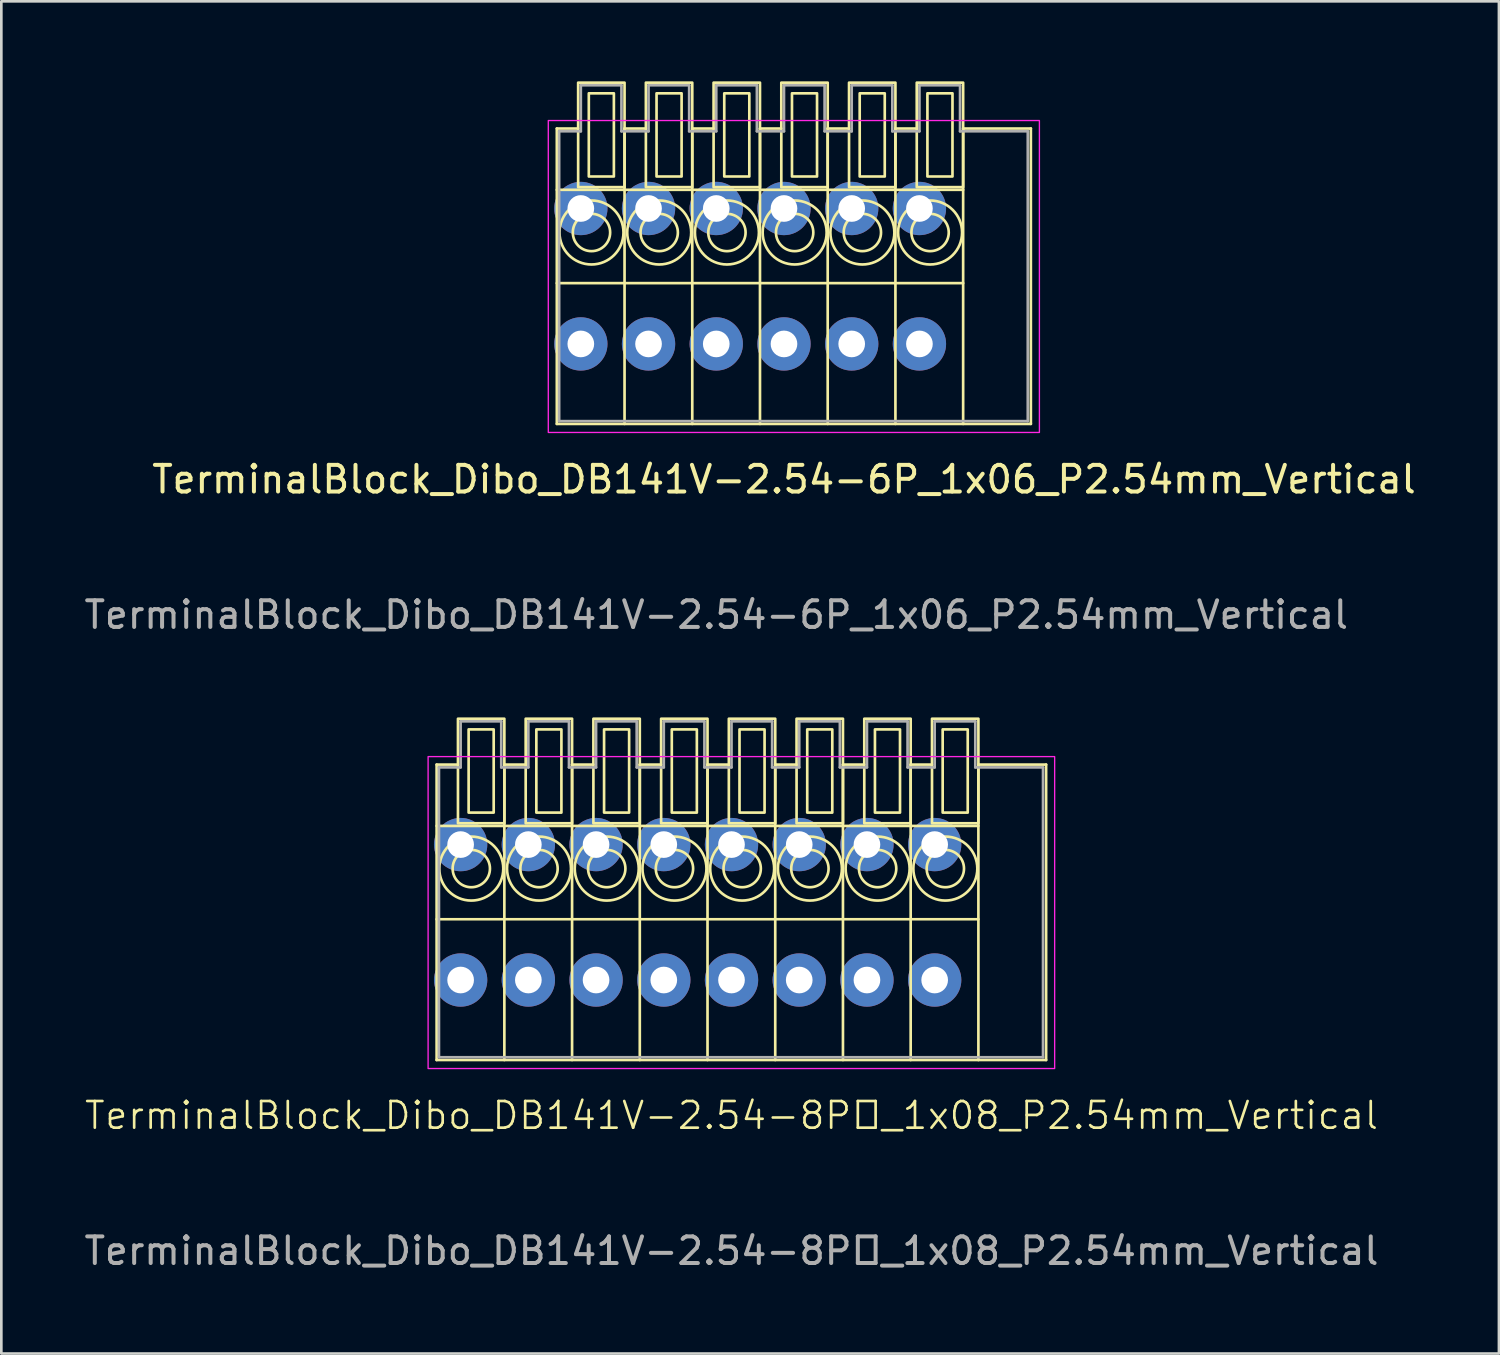
<source format=kicad_pcb>
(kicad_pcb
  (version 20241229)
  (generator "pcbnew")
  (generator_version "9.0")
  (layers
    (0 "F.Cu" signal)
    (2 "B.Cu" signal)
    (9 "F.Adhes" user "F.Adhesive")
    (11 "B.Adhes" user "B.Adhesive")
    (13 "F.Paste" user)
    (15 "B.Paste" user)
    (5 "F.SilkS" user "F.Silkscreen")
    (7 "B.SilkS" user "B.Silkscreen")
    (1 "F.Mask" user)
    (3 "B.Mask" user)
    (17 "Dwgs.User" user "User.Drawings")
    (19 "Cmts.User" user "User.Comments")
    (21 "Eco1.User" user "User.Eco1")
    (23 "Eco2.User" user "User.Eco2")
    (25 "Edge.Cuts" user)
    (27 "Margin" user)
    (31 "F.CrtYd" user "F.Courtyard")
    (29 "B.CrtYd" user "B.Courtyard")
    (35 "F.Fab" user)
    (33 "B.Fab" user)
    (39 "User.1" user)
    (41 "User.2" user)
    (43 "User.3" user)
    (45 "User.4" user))
  (footprint "TerminalBlock_Dibo_DB141V-2.54-8P_1x08_P2.54mm_Vertical"
    (layer "F.Cu")
    (at 14.227 33.708)
    (property "Reference" "TerminalBlock_Dibo_DB141V-2.54-8P_1x08_P2.54mm_Vertical" (at 10.16 5.08 0) (unlocked yes) (layer "F.SilkS") (effects (font (size 1 1) (thickness 0.1))))
    (attr through_hole)
    (fp_line (start -0.9 3) (end -0.9 -8.08) (stroke (width 0.1) (type default)) (layer "F.SilkS"))
    (fp_line (start -0.1 -8.08) (end -0.9 -8.08) (stroke (width 0.1) (type default)) (layer "F.SilkS"))
    (fp_line (start 1.64 3) (end 1.64 -8.08) (stroke (width 0.1) (type default)) (layer "F.SilkS"))
    (fp_line (start 2.44 -8.08) (end 1.64 -8.08) (stroke (width 0.1) (type default)) (layer "F.SilkS"))
    (fp_line (start 4.18 3) (end 4.18 -8.08) (stroke (width 0.1) (type default)) (layer "F.SilkS"))
    (fp_line (start 4.98 -8.08) (end 4.18 -8.08) (stroke (width 0.1) (type default)) (layer "F.SilkS"))
    (fp_line (start 6.72 3) (end 6.72 -8.08) (stroke (width 0.1) (type default)) (layer "F.SilkS"))
    (fp_line (start 7.52 -8.08) (end 6.72 -8.08) (stroke (width 0.1) (type default)) (layer "F.SilkS"))
    (fp_line (start 9.26 3) (end 9.26 -8.08) (stroke (width 0.1) (type default)) (layer "F.SilkS"))
    (fp_line (start 10.06 -8.08) (end 9.26 -8.08) (stroke (width 0.1) (type default)) (layer "F.SilkS"))
    (fp_line (start 11.8 3) (end 11.8 -8.08) (stroke (width 0.1) (type default)) (layer "F.SilkS"))
    (fp_line (start 12.6 -8.08) (end 11.8 -8.08) (stroke (width 0.1) (type default)) (layer "F.SilkS"))
    (fp_line (start 14.34 3) (end 14.34 -8.08) (stroke (width 0.1) (type default)) (layer "F.SilkS"))
    (fp_line (start 15.14 -8.08) (end 14.34 -8.08) (stroke (width 0.1) (type default)) (layer "F.SilkS"))
    (fp_line (start 16.88 3) (end 16.88 -8.08) (stroke (width 0.1) (type default)) (layer "F.SilkS"))
    (fp_line (start 17.68 -8.08) (end 16.88 -8.08) (stroke (width 0.1) (type default)) (layer "F.SilkS"))
    (fp_line (start 19.42 -5.78) (end -0.9 -5.78) (stroke (width 0.1) (type default)) (layer "F.SilkS"))
    (fp_line (start 19.42 -2.28) (end -0.9 -2.28) (stroke (width 0.1) (type default)) (layer "F.SilkS"))
    (fp_line (start 19.42 3) (end 19.42 -8.08) (stroke (width 0.1) (type default)) (layer "F.SilkS"))
    (fp_line (start 21.96 -8.08) (end 19.42 -8.08) (stroke (width 0.1) (type default)) (layer "F.SilkS"))
    (fp_line (start 21.96 -8.08) (end 21.96 3) (stroke (width 0.1) (type default)) (layer "F.SilkS"))
    (fp_line (start 21.96 3) (end -0.9 3) (stroke (width 0.1) (type default)) (layer "F.SilkS"))
    (fp_rect (start 1.24 -6.28) (end 0.3 -9.4) (stroke (width 0.1) (type default)) (fill no) (layer "F.SilkS"))
    (fp_rect (start 1.64 -5.88) (end -0.1 -9.8) (stroke (width 0.1) (type default)) (fill no) (layer "F.SilkS"))
    (fp_rect (start 3.78 -6.28) (end 2.84 -9.4) (stroke (width 0.1) (type default)) (fill no) (layer "F.SilkS"))
    (fp_rect (start 4.18 -5.88) (end 2.44 -9.8) (stroke (width 0.1) (type default)) (fill no) (layer "F.SilkS"))
    (fp_rect (start 6.32 -6.28) (end 5.38 -9.4) (stroke (width 0.1) (type default)) (fill no) (layer "F.SilkS"))
    (fp_rect (start 6.72 -5.88) (end 4.98 -9.8) (stroke (width 0.1) (type default)) (fill no) (layer "F.SilkS"))
    (fp_rect (start 8.86 -6.28) (end 7.92 -9.4) (stroke (width 0.1) (type default)) (fill no) (layer "F.SilkS"))
    (fp_rect (start 9.26 -5.88) (end 7.52 -9.8) (stroke (width 0.1) (type default)) (fill no) (layer "F.SilkS"))
    (fp_rect (start 11.4 -6.28) (end 10.46 -9.4) (stroke (width 0.1) (type default)) (fill no) (layer "F.SilkS"))
    (fp_rect (start 11.8 -5.88) (end 10.06 -9.8) (stroke (width 0.1) (type default)) (fill no) (layer "F.SilkS"))
    (fp_rect (start 13.94 -6.28) (end 13 -9.4) (stroke (width 0.1) (type default)) (fill no) (layer "F.SilkS"))
    (fp_rect (start 14.34 -5.88) (end 12.6 -9.8) (stroke (width 0.1) (type default)) (fill no) (layer "F.SilkS"))
    (fp_rect (start 16.48 -6.28) (end 15.54 -9.4) (stroke (width 0.1) (type default)) (fill no) (layer "F.SilkS"))
    (fp_rect (start 16.88 -5.88) (end 15.14 -9.8) (stroke (width 0.1) (type default)) (fill no) (layer "F.SilkS"))
    (fp_rect (start 19.02 -6.28) (end 18.08 -9.4) (stroke (width 0.1) (type default)) (fill no) (layer "F.SilkS"))
    (fp_rect (start 19.42 -5.88) (end 17.68 -9.8) (stroke (width 0.1) (type default)) (fill no) (layer "F.SilkS"))
    (fp_circle (center 0.4 -4.18) (end -0.8 -4.18) (stroke (width 0.1) (type default)) (fill no) (layer "F.SilkS"))
    (fp_circle (center 0.4 -4.18) (end -0.3 -4.18) (stroke (width 0.1) (type default)) (fill no) (layer "F.SilkS"))
    (fp_circle (center 2.94 -4.18) (end 1.74 -4.18) (stroke (width 0.1) (type default)) (fill no) (layer "F.SilkS"))
    (fp_circle (center 2.94 -4.18) (end 2.24 -4.18) (stroke (width 0.1) (type default)) (fill no) (layer "F.SilkS"))
    (fp_circle (center 5.48 -4.18) (end 4.28 -4.18) (stroke (width 0.1) (type default)) (fill no) (layer "F.SilkS"))
    (fp_circle (center 5.48 -4.18) (end 4.78 -4.18) (stroke (width 0.1) (type default)) (fill no) (layer "F.SilkS"))
    (fp_circle (center 8.02 -4.18) (end 6.82 -4.18) (stroke (width 0.1) (type default)) (fill no) (layer "F.SilkS"))
    (fp_circle (center 8.02 -4.18) (end 7.32 -4.18) (stroke (width 0.1) (type default)) (fill no) (layer "F.SilkS"))
    (fp_circle (center 10.56 -4.18) (end 9.36 -4.18) (stroke (width 0.1) (type default)) (fill no) (layer "F.SilkS"))
    (fp_circle (center 10.56 -4.18) (end 9.86 -4.18) (stroke (width 0.1) (type default)) (fill no) (layer "F.SilkS"))
    (fp_circle (center 13.1 -4.18) (end 11.9 -4.18) (stroke (width 0.1) (type default)) (fill no) (layer "F.SilkS"))
    (fp_circle (center 13.1 -4.18) (end 12.4 -4.18) (stroke (width 0.1) (type default)) (fill no) (layer "F.SilkS"))
    (fp_circle (center 15.64 -4.18) (end 14.44 -4.18) (stroke (width 0.1) (type default)) (fill no) (layer "F.SilkS"))
    (fp_circle (center 15.64 -4.18) (end 14.94 -4.18) (stroke (width 0.1) (type default)) (fill no) (layer "F.SilkS"))
    (fp_circle (center 18.18 -4.18) (end 16.98 -4.18) (stroke (width 0.1) (type default)) (fill no) (layer "F.SilkS"))
    (fp_circle (center 18.18 -4.18) (end 17.48 -4.18) (stroke (width 0.1) (type default)) (fill no) (layer "F.SilkS"))
    (fp_rect (start 22.28 3.32) (end -1.22 -8.38) (stroke (width 0.05) (type default)) (fill no) (layer "F.CrtYd"))
    (fp_line (start -0.813 -7.976) (end 0 -7.976) (stroke (width 0.1) (type default)) (layer "F.Fab"))
    (fp_line (start -0.813 2.896) (end -0.813 -7.976) (stroke (width 0.1) (type default)) (layer "F.Fab"))
    (fp_line (start 0 -9.703) (end 1.524 -9.703) (stroke (width 0.1) (type default)) (layer "F.Fab"))
    (fp_line (start 0 -7.976) (end 0 -9.703) (stroke (width 0.1) (type default)) (layer "F.Fab"))
    (fp_line (start 1.524 -9.703) (end 1.524 -7.976) (stroke (width 0.1) (type default)) (layer "F.Fab"))
    (fp_line (start 1.524 -7.976) (end 2.54 -7.976) (stroke (width 0.1) (type default)) (layer "F.Fab"))
    (fp_line (start 2.54 -9.703) (end 4.064 -9.703) (stroke (width 0.1) (type default)) (layer "F.Fab"))
    (fp_line (start 2.54 -7.976) (end 2.54 -9.703) (stroke (width 0.1) (type default)) (layer "F.Fab"))
    (fp_line (start 4.064 -9.703) (end 4.064 -7.976) (stroke (width 0.1) (type default)) (layer "F.Fab"))
    (fp_line (start 4.064 -7.976) (end 5.08 -7.976) (stroke (width 0.1) (type default)) (layer "F.Fab"))
    (fp_line (start 5.08 -9.703) (end 6.604 -9.703) (stroke (width 0.1) (type default)) (layer "F.Fab"))
    (fp_line (start 5.08 -7.976) (end 5.08 -9.703) (stroke (width 0.1) (type default)) (layer "F.Fab"))
    (fp_line (start 6.604 -9.703) (end 6.604 -7.976) (stroke (width 0.1) (type default)) (layer "F.Fab"))
    (fp_line (start 6.604 -7.976) (end 7.62 -7.976) (stroke (width 0.1) (type default)) (layer "F.Fab"))
    (fp_line (start 7.62 -9.703) (end 9.144 -9.703) (stroke (width 0.1) (type default)) (layer "F.Fab"))
    (fp_line (start 7.62 -7.976) (end 7.62 -9.703) (stroke (width 0.1) (type default)) (layer "F.Fab"))
    (fp_line (start 9.144 -9.703) (end 9.144 -7.976) (stroke (width 0.1) (type default)) (layer "F.Fab"))
    (fp_line (start 9.144 -7.976) (end 10.16 -7.976) (stroke (width 0.1) (type default)) (layer "F.Fab"))
    (fp_line (start 10.16 -9.703) (end 11.684 -9.703) (stroke (width 0.1) (type default)) (layer "F.Fab"))
    (fp_line (start 10.16 -7.976) (end 10.16 -9.703) (stroke (width 0.1) (type default)) (layer "F.Fab"))
    (fp_line (start 11.684 -9.703) (end 11.684 -7.976) (stroke (width 0.1) (type default)) (layer "F.Fab"))
    (fp_line (start 11.684 -7.976) (end 12.7 -7.976) (stroke (width 0.1) (type default)) (layer "F.Fab"))
    (fp_line (start 12.7 -9.703) (end 14.224 -9.703) (stroke (width 0.1) (type default)) (layer "F.Fab"))
    (fp_line (start 12.7 -7.976) (end 12.7 -9.703) (stroke (width 0.1) (type default)) (layer "F.Fab"))
    (fp_line (start 14.224 -9.703) (end 14.224 -7.976) (stroke (width 0.1) (type default)) (layer "F.Fab"))
    (fp_line (start 14.224 -7.976) (end 15.24 -7.976) (stroke (width 0.1) (type default)) (layer "F.Fab"))
    (fp_line (start 15.24 -9.703) (end 16.764 -9.703) (stroke (width 0.1) (type default)) (layer "F.Fab"))
    (fp_line (start 15.24 -7.976) (end 15.24 -9.703) (stroke (width 0.1) (type default)) (layer "F.Fab"))
    (fp_line (start 16.764 -9.703) (end 16.764 -7.976) (stroke (width 0.1) (type default)) (layer "F.Fab"))
    (fp_line (start 16.764 -7.976) (end 17.78 -7.976) (stroke (width 0.1) (type default)) (layer "F.Fab"))
    (fp_line (start 17.78 -9.703) (end 19.304 -9.703) (stroke (width 0.1) (type default)) (layer "F.Fab"))
    (fp_line (start 17.78 -7.976) (end 17.78 -9.703) (stroke (width 0.1) (type default)) (layer "F.Fab"))
    (fp_line (start 19.304 -9.703) (end 19.304 -7.976) (stroke (width 0.1) (type default)) (layer "F.Fab"))
    (fp_line (start 19.304 -7.976) (end 21.844 -7.976) (stroke (width 0.1) (type default)) (layer "F.Fab"))
    (fp_line (start 21.844 -7.976) (end 21.844 2.896) (stroke (width 0.1) (type default)) (layer "F.Fab"))
    (fp_line (start 21.844 2.896) (end -0.813 2.896) (stroke (width 0.1) (type default)) (layer "F.Fab"))
    (fp_text user "${REFERENCE}" (at 10.16 10.16 0) (unlocked yes) (layer "F.Fab") (effects (font (size 1 1) (thickness 0.15))))
    (pad "1" thru_hole circle (at 0 -5.08 180) (size 2 2) (drill 1) (layers "*.Cu" "*.Mask"))
    (pad "1" thru_hole circle (at 0 0 180) (size 2 2) (drill 1) (layers "*.Cu" "*.Mask"))
    (pad "2" thru_hole circle (at 2.54 -5.08 180) (size 2 2) (drill 1) (layers "*.Cu" "*.Mask"))
    (pad "2" thru_hole circle (at 2.54 0 180) (size 2 2) (drill 1) (layers "*.Cu" "*.Mask"))
    (pad "3" thru_hole circle (at 5.08 -5.08 180) (size 2 2) (drill 1) (layers "*.Cu" "*.Mask"))
    (pad "3" thru_hole circle (at 5.08 0 180) (size 2 2) (drill 1) (layers "*.Cu" "*.Mask"))
    (pad "4" thru_hole circle (at 7.62 -5.08 180) (size 2 2) (drill 1) (layers "*.Cu" "*.Mask"))
    (pad "4" thru_hole circle (at 7.62 0 180) (size 2 2) (drill 1) (layers "*.Cu" "*.Mask"))
    (pad "5" thru_hole circle (at 10.16 -5.08 180) (size 2 2) (drill 1) (layers "*.Cu" "*.Mask"))
    (pad "5" thru_hole circle (at 10.16 0 180) (size 2 2) (drill 1) (layers "*.Cu" "*.Mask"))
    (pad "6" thru_hole circle (at 12.7 -5.08 180) (size 2 2) (drill 1) (layers "*.Cu" "*.Mask"))
    (pad "6" thru_hole circle (at 12.7 0 180) (size 2 2) (drill 1) (layers "*.Cu" "*.Mask"))
    (pad "7" thru_hole circle (at 15.24 -5.08 180) (size 2 2) (drill 1) (layers "*.Cu" "*.Mask"))
    (pad "7" thru_hole circle (at 15.24 0 180) (size 2 2) (drill 1) (layers "*.Cu" "*.Mask"))
    (pad "8" thru_hole circle (at 17.78 -5.08 180) (size 2 2) (drill 1) (layers "*.Cu" "*.Mask"))
    (pad "8" thru_hole circle (at 17.78 0 180) (size 2 2) (drill 1) (layers "*.Cu" "*.Mask")))
  (footprint "TerminalBlock_Dibo_DB141V-2.54-6P_1x06_P2.54mm_Vertical"
    (layer "F.Cu")
    (at 25.085 7.31)
    (property "Reference" "TerminalBlock_Dibo_DB141V-2.54-6P_1x06_P2.54mm_Vertical" (at 1.27 7.62 0) (unlocked yes) (layer "F.SilkS") (effects (font (size 1 1) (thickness 0.15))))
    (attr through_hole)
    (fp_line (start -7.25 5.54) (end -7.25 -5.54) (stroke (width 0.1) (type default)) (layer "F.SilkS"))
    (fp_line (start -6.45 -5.54) (end -7.25 -5.54) (stroke (width 0.1) (type default)) (layer "F.SilkS"))
    (fp_line (start -4.71 5.54) (end -4.71 -5.54) (stroke (width 0.1) (type default)) (layer "F.SilkS"))
    (fp_line (start -3.91 -5.54) (end -4.71 -5.54) (stroke (width 0.1) (type default)) (layer "F.SilkS"))
    (fp_line (start -2.17 5.54) (end -2.17 -5.54) (stroke (width 0.1) (type default)) (layer "F.SilkS"))
    (fp_line (start -1.37 -5.54) (end -2.17 -5.54) (stroke (width 0.1) (type default)) (layer "F.SilkS"))
    (fp_line (start 0.37 5.54) (end 0.37 -5.54) (stroke (width 0.1) (type default)) (layer "F.SilkS"))
    (fp_line (start 1.17 -5.54) (end 0.37 -5.54) (stroke (width 0.1) (type default)) (layer "F.SilkS"))
    (fp_line (start 2.91 5.54) (end 2.91 -5.54) (stroke (width 0.1) (type default)) (layer "F.SilkS"))
    (fp_line (start 3.71 -5.54) (end 2.91 -5.54) (stroke (width 0.1) (type default)) (layer "F.SilkS"))
    (fp_line (start 5.45 5.54) (end 5.45 -5.54) (stroke (width 0.1) (type default)) (layer "F.SilkS"))
    (fp_line (start 6.25 -5.54) (end 5.45 -5.54) (stroke (width 0.1) (type default)) (layer "F.SilkS"))
    (fp_line (start 7.99 -3.24) (end -7.25 -3.24) (stroke (width 0.1) (type default)) (layer "F.SilkS"))
    (fp_line (start 7.99 0.26) (end -7.25 0.26) (stroke (width 0.1) (type default)) (layer "F.SilkS"))
    (fp_line (start 7.99 5.54) (end 7.99 -5.54) (stroke (width 0.1) (type default)) (layer "F.SilkS"))
    (fp_line (start 10.53 -5.54) (end 7.99 -5.54) (stroke (width 0.1) (type default)) (layer "F.SilkS"))
    (fp_line (start 10.53 -5.54) (end 10.53 5.54) (stroke (width 0.1) (type default)) (layer "F.SilkS"))
    (fp_line (start 10.53 5.54) (end -7.25 5.54) (stroke (width 0.1) (type default)) (layer "F.SilkS"))
    (fp_rect (start -5.11 -3.74) (end -6.05 -6.86) (stroke (width 0.1) (type default)) (fill no) (layer "F.SilkS"))
    (fp_rect (start -4.71 -3.34) (end -6.45 -7.26) (stroke (width 0.1) (type default)) (fill no) (layer "F.SilkS"))
    (fp_rect (start -2.57 -3.74) (end -3.51 -6.86) (stroke (width 0.1) (type default)) (fill no) (layer "F.SilkS"))
    (fp_rect (start -2.17 -3.34) (end -3.91 -7.26) (stroke (width 0.1) (type default)) (fill no) (layer "F.SilkS"))
    (fp_rect (start -0.03 -3.74) (end -0.97 -6.86) (stroke (width 0.1) (type default)) (fill no) (layer "F.SilkS"))
    (fp_rect (start 0.37 -3.34) (end -1.37 -7.26) (stroke (width 0.1) (type default)) (fill no) (layer "F.SilkS"))
    (fp_rect (start 2.51 -3.74) (end 1.57 -6.86) (stroke (width 0.1) (type default)) (fill no) (layer "F.SilkS"))
    (fp_rect (start 2.91 -3.34) (end 1.17 -7.26) (stroke (width 0.1) (type default)) (fill no) (layer "F.SilkS"))
    (fp_rect (start 5.05 -3.74) (end 4.11 -6.86) (stroke (width 0.1) (type default)) (fill no) (layer "F.SilkS"))
    (fp_rect (start 5.45 -3.34) (end 3.71 -7.26) (stroke (width 0.1) (type default)) (fill no) (layer "F.SilkS"))
    (fp_rect (start 7.59 -3.74) (end 6.65 -6.86) (stroke (width 0.1) (type default)) (fill no) (layer "F.SilkS"))
    (fp_rect (start 7.99 -3.34) (end 6.25 -7.26) (stroke (width 0.1) (type default)) (fill no) (layer "F.SilkS"))
    (fp_circle (center -5.95 -1.64) (end -7.15 -1.64) (stroke (width 0.1) (type default)) (fill no) (layer "F.SilkS"))
    (fp_circle (center -5.95 -1.64) (end -6.65 -1.64) (stroke (width 0.1) (type default)) (fill no) (layer "F.SilkS"))
    (fp_circle (center -3.41 -1.64) (end -4.61 -1.64) (stroke (width 0.1) (type default)) (fill no) (layer "F.SilkS"))
    (fp_circle (center -3.41 -1.64) (end -4.11 -1.64) (stroke (width 0.1) (type default)) (fill no) (layer "F.SilkS"))
    (fp_circle (center -0.87 -1.64) (end -2.07 -1.64) (stroke (width 0.1) (type default)) (fill no) (layer "F.SilkS"))
    (fp_circle (center -0.87 -1.64) (end -1.57 -1.64) (stroke (width 0.1) (type default)) (fill no) (layer "F.SilkS"))
    (fp_circle (center 1.67 -1.64) (end 0.47 -1.64) (stroke (width 0.1) (type default)) (fill no) (layer "F.SilkS"))
    (fp_circle (center 1.67 -1.64) (end 0.97 -1.64) (stroke (width 0.1) (type default)) (fill no) (layer "F.SilkS"))
    (fp_circle (center 4.21 -1.64) (end 3.01 -1.64) (stroke (width 0.1) (type default)) (fill no) (layer "F.SilkS"))
    (fp_circle (center 4.21 -1.64) (end 3.51 -1.64) (stroke (width 0.1) (type default)) (fill no) (layer "F.SilkS"))
    (fp_circle (center 6.75 -1.64) (end 5.55 -1.64) (stroke (width 0.1) (type default)) (fill no) (layer "F.SilkS"))
    (fp_circle (center 6.75 -1.64) (end 6.05 -1.64) (stroke (width 0.1) (type default)) (fill no) (layer "F.SilkS"))
    (fp_rect (start 10.85 5.86) (end -7.57 -5.84) (stroke (width 0.05) (type default)) (fill no) (layer "F.CrtYd"))
    (fp_line (start -7.163 -5.436) (end -6.35 -5.436) (stroke (width 0.1) (type default)) (layer "F.Fab"))
    (fp_line (start -7.163 5.436) (end -7.163 -5.436) (stroke (width 0.1) (type default)) (layer "F.Fab"))
    (fp_line (start -6.35 -7.163) (end -4.826 -7.163) (stroke (width 0.1) (type default)) (layer "F.Fab"))
    (fp_line (start -6.35 -5.436) (end -6.35 -7.163) (stroke (width 0.1) (type default)) (layer "F.Fab"))
    (fp_line (start -4.826 -7.163) (end -4.826 -5.436) (stroke (width 0.1) (type default)) (layer "F.Fab"))
    (fp_line (start -4.826 -5.436) (end -3.81 -5.436) (stroke (width 0.1) (type default)) (layer "F.Fab"))
    (fp_line (start -3.81 -7.163) (end -2.286 -7.163) (stroke (width 0.1) (type default)) (layer "F.Fab"))
    (fp_line (start -3.81 -5.436) (end -3.81 -7.163) (stroke (width 0.1) (type default)) (layer "F.Fab"))
    (fp_line (start -2.286 -7.163) (end -2.286 -5.436) (stroke (width 0.1) (type default)) (layer "F.Fab"))
    (fp_line (start -2.286 -5.436) (end -1.27 -5.436) (stroke (width 0.1) (type default)) (layer "F.Fab"))
    (fp_line (start -1.27 -7.163) (end 0.254 -7.163) (stroke (width 0.1) (type default)) (layer "F.Fab"))
    (fp_line (start -1.27 -5.436) (end -1.27 -7.163) (stroke (width 0.1) (type default)) (layer "F.Fab"))
    (fp_line (start 0.254 -7.163) (end 0.254 -5.436) (stroke (width 0.1) (type default)) (layer "F.Fab"))
    (fp_line (start 0.254 -5.436) (end 1.27 -5.436) (stroke (width 0.1) (type default)) (layer "F.Fab"))
    (fp_line (start 1.27 -7.163) (end 2.794 -7.163) (stroke (width 0.1) (type default)) (layer "F.Fab"))
    (fp_line (start 1.27 -5.436) (end 1.27 -7.163) (stroke (width 0.1) (type default)) (layer "F.Fab"))
    (fp_line (start 2.794 -7.163) (end 2.794 -5.436) (stroke (width 0.1) (type default)) (layer "F.Fab"))
    (fp_line (start 2.794 -5.436) (end 3.81 -5.436) (stroke (width 0.1) (type default)) (layer "F.Fab"))
    (fp_line (start 3.81 -7.163) (end 5.334 -7.163) (stroke (width 0.1) (type default)) (layer "F.Fab"))
    (fp_line (start 3.81 -5.436) (end 3.81 -7.163) (stroke (width 0.1) (type default)) (layer "F.Fab"))
    (fp_line (start 5.334 -7.163) (end 5.334 -5.436) (stroke (width 0.1) (type default)) (layer "F.Fab"))
    (fp_line (start 5.334 -5.436) (end 6.35 -5.436) (stroke (width 0.1) (type default)) (layer "F.Fab"))
    (fp_line (start 6.35 -7.163) (end 7.874 -7.163) (stroke (width 0.1) (type default)) (layer "F.Fab"))
    (fp_line (start 6.35 -5.436) (end 6.35 -7.163) (stroke (width 0.1) (type default)) (layer "F.Fab"))
    (fp_line (start 7.874 -7.163) (end 7.874 -5.436) (stroke (width 0.1) (type default)) (layer "F.Fab"))
    (fp_line (start 7.874 -5.436) (end 10.414 -5.436) (stroke (width 0.1) (type default)) (layer "F.Fab"))
    (fp_line (start 10.414 -5.436) (end 10.414 5.436) (stroke (width 0.1) (type default)) (layer "F.Fab"))
    (fp_line (start 10.414 5.436) (end -7.163 5.436) (stroke (width 0.1) (type default)) (layer "F.Fab"))
    (fp_text user "${REFERENCE}" (at -1.27 12.7 0) (unlocked yes) (layer "F.Fab") (effects (font (size 1 1) (thickness 0.15))))
    (pad "1" thru_hole circle (at -6.35 -2.54 180) (size 2 2) (drill 1) (layers "*.Cu" "*.Mask"))
    (pad "1" thru_hole circle (at -6.35 2.54 180) (size 2 2) (drill 1) (layers "*.Cu" "*.Mask"))
    (pad "2" thru_hole circle (at -3.81 -2.54 180) (size 2 2) (drill 1) (layers "*.Cu" "*.Mask"))
    (pad "2" thru_hole circle (at -3.81 2.54 180) (size 2 2) (drill 1) (layers "*.Cu" "*.Mask"))
    (pad "3" thru_hole circle (at -1.27 -2.54 180) (size 2 2) (drill 1) (layers "*.Cu" "*.Mask"))
    (pad "3" thru_hole circle (at -1.27 2.54 180) (size 2 2) (drill 1) (layers "*.Cu" "*.Mask"))
    (pad "4" thru_hole circle (at 1.27 -2.54 180) (size 2 2) (drill 1) (layers "*.Cu" "*.Mask"))
    (pad "4" thru_hole circle (at 1.27 2.54 180) (size 2 2) (drill 1) (layers "*.Cu" "*.Mask"))
    (pad "5" thru_hole circle (at 3.81 -2.54 180) (size 2 2) (drill 1) (layers "*.Cu" "*.Mask"))
    (pad "5" thru_hole circle (at 3.81 2.54 180) (size 2 2) (drill 1) (layers "*.Cu" "*.Mask"))
    (pad "6" thru_hole circle (at 6.35 -2.54 180) (size 2 2) (drill 1) (layers "*.Cu" "*.Mask"))
    (pad "6" thru_hole circle (at 6.35 2.54 180) (size 2 2) (drill 1) (layers "*.Cu" "*.Mask")))
  (gr_rect
    (start -3 -3)
    (end 53.171 47.717)
    (stroke (width 0.1) (type default))
    (fill no)
    (layer "Edge.Cuts")))
</source>
